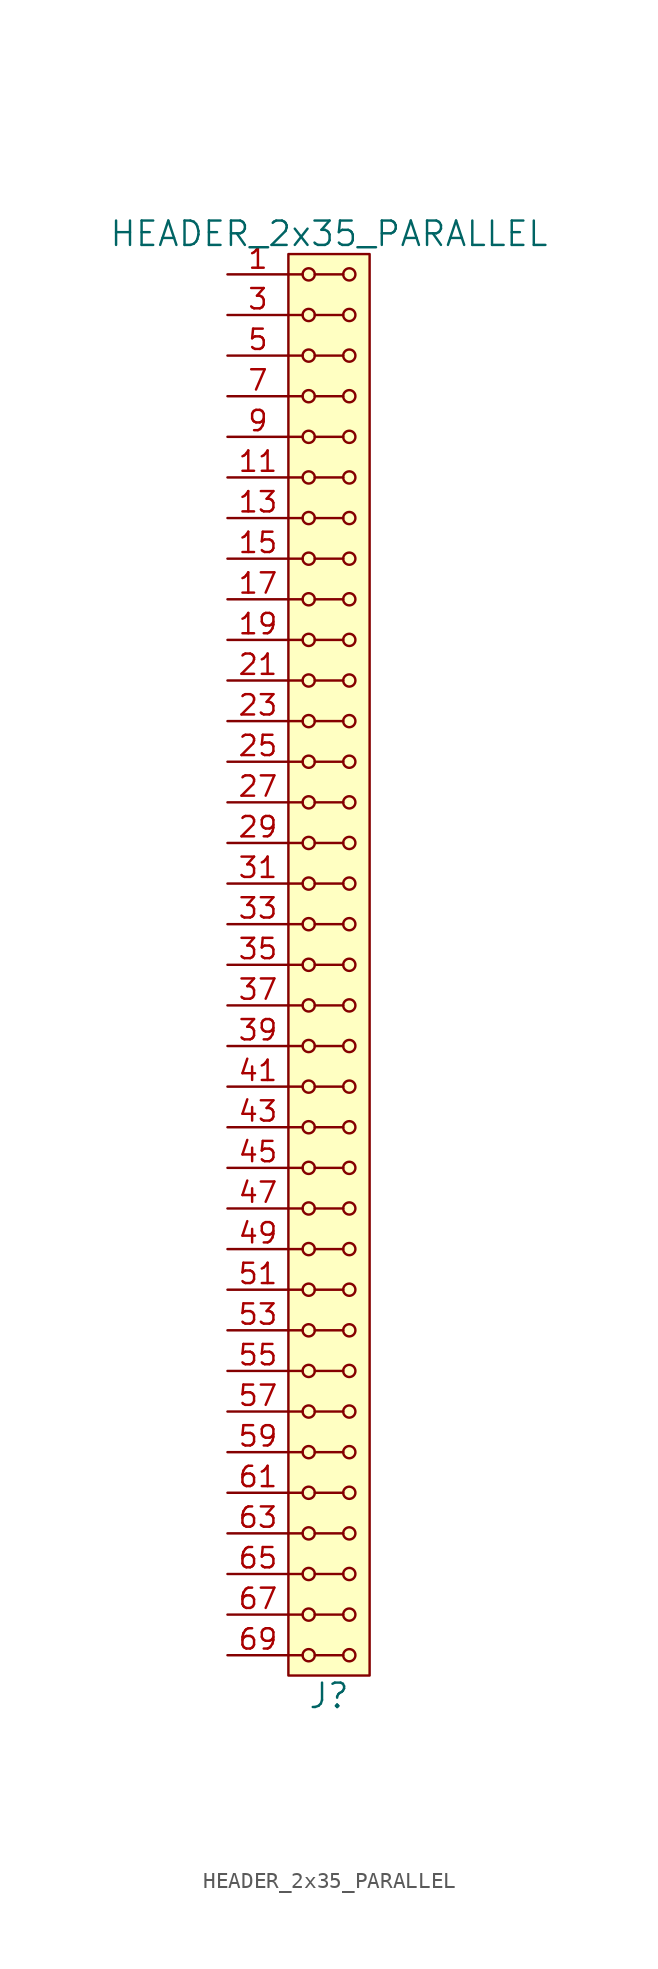
<source format=kicad_sym>
(kicad_symbol_lib
  (version 20211014)
  (generator kicad_symbol_editor)
  (symbol "HEADER_2x35_PARALLEL"
    (pin_names
      (offset 1.016))
    (property "Reference" "J"
      (at 0 -45.72 0)
      (effects (font (size 1.524 1.524))))
    (property "Value" "HEADER_2x35_PARALLEL"
      (at 0 45.72 0)
      (effects (font (size 1.524 1.524))))
    (property "Footprint" ""
      (at 0 43.18 0)
      (effects (font (size 1.524 1.524))))
    (property "Datasheet" ""
      (at 0 43.18 0)
      (effects (font (size 1.524 1.524))))
    (symbol "HEADER_2x35_PARALLEL_0_1"
      (rectangle (start -2.54 44.45) (end 2.54 -44.45) (stroke (width 0) (type default) (color 0 0 0 0)) (fill (type background)))
      (circle (center -1.27 -43.18) (radius 0.381) (stroke (width 0) (type default) (color 0 0 0 0)) (fill (type none)))
      (circle (center -1.27 -40.64) (radius 0.381) (stroke (width 0) (type default) (color 0 0 0 0)) (fill (type none)))
      (circle (center -1.27 -38.1) (radius 0.381) (stroke (width 0) (type default) (color 0 0 0 0)) (fill (type none)))
      (circle (center -1.27 -35.56) (radius 0.381) (stroke (width 0) (type default) (color 0 0 0 0)) (fill (type none)))
      (circle (center -1.27 -33.02) (radius 0.381) (stroke (width 0) (type default) (color 0 0 0 0)) (fill (type none)))
      (circle (center -1.27 -30.48) (radius 0.381) (stroke (width 0) (type default) (color 0 0 0 0)) (fill (type none)))
      (circle (center -1.27 -27.94) (radius 0.381) (stroke (width 0) (type default) (color 0 0 0 0)) (fill (type none)))
      (circle (center -1.27 -25.4) (radius 0.381) (stroke (width 0) (type default) (color 0 0 0 0)) (fill (type none)))
      (circle (center -1.27 -22.86) (radius 0.381) (stroke (width 0) (type default) (color 0 0 0 0)) (fill (type none)))
      (circle (center -1.27 -20.32) (radius 0.381) (stroke (width 0) (type default) (color 0 0 0 0)) (fill (type none)))
      (circle (center -1.27 -17.78) (radius 0.381) (stroke (width 0) (type default) (color 0 0 0 0)) (fill (type none)))
      (circle (center -1.27 -15.24) (radius 0.381) (stroke (width 0) (type default) (color 0 0 0 0)) (fill (type none)))
      (circle (center -1.27 -12.7) (radius 0.381) (stroke (width 0) (type default) (color 0 0 0 0)) (fill (type none)))
      (circle (center -1.27 -10.16) (radius 0.381) (stroke (width 0) (type default) (color 0 0 0 0)) (fill (type none)))
      (circle (center -1.27 -7.62) (radius 0.381) (stroke (width 0) (type default) (color 0 0 0 0)) (fill (type none)))
      (circle (center -1.27 -5.08) (radius 0.381) (stroke (width 0) (type default) (color 0 0 0 0)) (fill (type none)))
      (circle (center -1.27 -2.54) (radius 0.381) (stroke (width 0) (type default) (color 0 0 0 0)) (fill (type none)))
      (circle (center -1.27 0) (radius 0.381) (stroke (width 0) (type default) (color 0 0 0 0)) (fill (type none)))
      (circle (center -1.27 2.54) (radius 0.381) (stroke (width 0) (type default) (color 0 0 0 0)) (fill (type none)))
      (circle (center -1.27 5.08) (radius 0.381) (stroke (width 0) (type default) (color 0 0 0 0)) (fill (type none)))
      (circle (center -1.27 7.62) (radius 0.381) (stroke (width 0) (type default) (color 0 0 0 0)) (fill (type none)))
      (circle (center -1.27 10.16) (radius 0.381) (stroke (width 0) (type default) (color 0 0 0 0)) (fill (type none)))
      (circle (center -1.27 12.7) (radius 0.381) (stroke (width 0) (type default) (color 0 0 0 0)) (fill (type none)))
      (circle (center -1.27 15.24) (radius 0.381) (stroke (width 0) (type default) (color 0 0 0 0)) (fill (type none)))
      (circle (center -1.27 17.78) (radius 0.381) (stroke (width 0) (type default) (color 0 0 0 0)) (fill (type none)))
      (circle (center -1.27 20.32) (radius 0.381) (stroke (width 0) (type default) (color 0 0 0 0)) (fill (type none)))
      (circle (center -1.27 22.86) (radius 0.381) (stroke (width 0) (type default) (color 0 0 0 0)) (fill (type none)))
      (circle (center -1.27 25.4) (radius 0.381) (stroke (width 0) (type default) (color 0 0 0 0)) (fill (type none)))
      (circle (center -1.27 27.94) (radius 0.381) (stroke (width 0) (type default) (color 0 0 0 0)) (fill (type none)))
      (circle (center -1.27 30.48) (radius 0.381) (stroke (width 0) (type default) (color 0 0 0 0)) (fill (type none)))
      (circle (center -1.27 33.02) (radius 0.381) (stroke (width 0) (type default) (color 0 0 0 0)) (fill (type none)))
      (circle (center -1.27 35.56) (radius 0.381) (stroke (width 0) (type default) (color 0 0 0 0)) (fill (type none)))
      (circle (center -1.27 38.1) (radius 0.381) (stroke (width 0) (type default) (color 0 0 0 0)) (fill (type none)))
      (circle (center -1.27 40.64) (radius 0.381) (stroke (width 0) (type default) (color 0 0 0 0)) (fill (type none)))
      (circle (center -1.27 43.18) (radius 0.381) (stroke (width 0) (type default) (color 0 0 0 0)) (fill (type none)))
      (polyline (pts (xy -1.651 -43.18) (xy -2.54 -43.18)) (stroke (width 0) (type default) (color 0 0 0 0)) (fill (type none)))
      (polyline (pts (xy -1.651 -40.64) (xy -2.54 -40.64)) (stroke (width 0) (type default) (color 0 0 0 0)) (fill (type none)))
      (polyline (pts (xy -1.651 -38.1) (xy -2.54 -38.1)) (stroke (width 0) (type default) (color 0 0 0 0)) (fill (type none)))
      (polyline (pts (xy -1.651 -35.56) (xy -2.54 -35.56)) (stroke (width 0) (type default) (color 0 0 0 0)) (fill (type none)))
      (polyline (pts (xy -1.651 -33.02) (xy -2.54 -33.02)) (stroke (width 0) (type default) (color 0 0 0 0)) (fill (type none)))
      (polyline (pts (xy -1.651 -30.48) (xy -2.54 -30.48)) (stroke (width 0) (type default) (color 0 0 0 0)) (fill (type none)))
      (polyline (pts (xy -1.651 -27.94) (xy -2.54 -27.94)) (stroke (width 0) (type default) (color 0 0 0 0)) (fill (type none)))
      (polyline (pts (xy -1.651 -25.4) (xy -2.54 -25.4)) (stroke (width 0) (type default) (color 0 0 0 0)) (fill (type none)))
      (polyline (pts (xy -1.651 -22.86) (xy -2.54 -22.86)) (stroke (width 0) (type default) (color 0 0 0 0)) (fill (type none)))
      (polyline (pts (xy -1.651 -20.32) (xy -2.54 -20.32)) (stroke (width 0) (type default) (color 0 0 0 0)) (fill (type none)))
      (polyline (pts (xy -1.651 -17.78) (xy -2.54 -17.78)) (stroke (width 0) (type default) (color 0 0 0 0)) (fill (type none)))
      (polyline (pts (xy -1.651 -15.24) (xy -2.54 -15.24)) (stroke (width 0) (type default) (color 0 0 0 0)) (fill (type none)))
      (polyline (pts (xy -1.651 -12.7) (xy -2.54 -12.7)) (stroke (width 0) (type default) (color 0 0 0 0)) (fill (type none)))
      (polyline (pts (xy -1.651 -10.16) (xy -2.54 -10.16)) (stroke (width 0) (type default) (color 0 0 0 0)) (fill (type none)))
      (polyline (pts (xy -1.651 -7.62) (xy -2.54 -7.62)) (stroke (width 0) (type default) (color 0 0 0 0)) (fill (type none)))
      (polyline (pts (xy -1.651 -5.08) (xy -2.54 -5.08)) (stroke (width 0) (type default) (color 0 0 0 0)) (fill (type none)))
      (polyline (pts (xy -1.651 -2.54) (xy -2.54 -2.54)) (stroke (width 0) (type default) (color 0 0 0 0)) (fill (type none)))
      (polyline (pts (xy -1.651 0) (xy -2.54 0)) (stroke (width 0) (type default) (color 0 0 0 0)) (fill (type none)))
      (polyline (pts (xy -1.651 2.54) (xy -2.54 2.54)) (stroke (width 0) (type default) (color 0 0 0 0)) (fill (type none)))
      (polyline (pts (xy -1.651 5.08) (xy -2.54 5.08)) (stroke (width 0) (type default) (color 0 0 0 0)) (fill (type none)))
      (polyline (pts (xy -1.651 7.62) (xy -2.54 7.62)) (stroke (width 0) (type default) (color 0 0 0 0)) (fill (type none)))
      (polyline (pts (xy -1.651 10.16) (xy -2.54 10.16)) (stroke (width 0) (type default) (color 0 0 0 0)) (fill (type none)))
      (polyline (pts (xy -1.651 12.7) (xy -2.54 12.7)) (stroke (width 0) (type default) (color 0 0 0 0)) (fill (type none)))
      (polyline (pts (xy -1.651 15.24) (xy -2.54 15.24)) (stroke (width 0) (type default) (color 0 0 0 0)) (fill (type none)))
      (polyline (pts (xy -1.651 17.78) (xy -2.54 17.78)) (stroke (width 0) (type default) (color 0 0 0 0)) (fill (type none)))
      (polyline (pts (xy -1.651 20.32) (xy -2.54 20.32)) (stroke (width 0) (type default) (color 0 0 0 0)) (fill (type none)))
      (polyline (pts (xy -1.651 22.86) (xy -2.54 22.86)) (stroke (width 0) (type default) (color 0 0 0 0)) (fill (type none)))
      (polyline (pts (xy -1.651 25.4) (xy -2.54 25.4)) (stroke (width 0) (type default) (color 0 0 0 0)) (fill (type none)))
      (polyline (pts (xy -1.651 27.94) (xy -2.54 27.94)) (stroke (width 0) (type default) (color 0 0 0 0)) (fill (type none)))
      (polyline (pts (xy -1.651 30.48) (xy -2.54 30.48)) (stroke (width 0) (type default) (color 0 0 0 0)) (fill (type none)))
      (polyline (pts (xy -1.651 33.02) (xy -2.54 33.02)) (stroke (width 0) (type default) (color 0 0 0 0)) (fill (type none)))
      (polyline (pts (xy -1.651 35.56) (xy -2.54 35.56)) (stroke (width 0) (type default) (color 0 0 0 0)) (fill (type none)))
      (polyline (pts (xy -1.651 38.1) (xy -2.54 38.1)) (stroke (width 0) (type default) (color 0 0 0 0)) (fill (type none)))
      (polyline (pts (xy -1.651 40.64) (xy -2.54 40.64)) (stroke (width 0) (type default) (color 0 0 0 0)) (fill (type none)))
      (polyline (pts (xy -1.651 43.18) (xy -2.54 43.18)) (stroke (width 0) (type default) (color 0 0 0 0)) (fill (type none)))
      (polyline (pts (xy -0.889 -43.18) (xy 0.889 -43.18)) (stroke (width 0) (type default) (color 0 0 0 0)) (fill (type none)))
      (polyline (pts (xy -0.889 -40.64) (xy 0.889 -40.64)) (stroke (width 0) (type default) (color 0 0 0 0)) (fill (type none)))
      (polyline (pts (xy -0.889 -38.1) (xy 0.889 -38.1)) (stroke (width 0) (type default) (color 0 0 0 0)) (fill (type none)))
      (polyline (pts (xy -0.889 -35.56) (xy 0.889 -35.56)) (stroke (width 0) (type default) (color 0 0 0 0)) (fill (type none)))
      (polyline (pts (xy -0.889 -33.02) (xy 0.889 -33.02)) (stroke (width 0) (type default) (color 0 0 0 0)) (fill (type none)))
      (polyline (pts (xy -0.889 -30.48) (xy 0.889 -30.48)) (stroke (width 0) (type default) (color 0 0 0 0)) (fill (type none)))
      (polyline (pts (xy -0.889 -27.94) (xy 0.889 -27.94)) (stroke (width 0) (type default) (color 0 0 0 0)) (fill (type none)))
      (polyline (pts (xy -0.889 -25.4) (xy 0.889 -25.4)) (stroke (width 0) (type default) (color 0 0 0 0)) (fill (type none)))
      (polyline (pts (xy -0.889 -22.86) (xy 0.889 -22.86)) (stroke (width 0) (type default) (color 0 0 0 0)) (fill (type none)))
      (polyline (pts (xy -0.889 -20.32) (xy 0.889 -20.32)) (stroke (width 0) (type default) (color 0 0 0 0)) (fill (type none)))
      (polyline (pts (xy -0.889 -17.78) (xy 0.889 -17.78)) (stroke (width 0) (type default) (color 0 0 0 0)) (fill (type none)))
      (polyline (pts (xy -0.889 -15.24) (xy 0.889 -15.24)) (stroke (width 0) (type default) (color 0 0 0 0)) (fill (type none)))
      (polyline (pts (xy -0.889 -12.7) (xy 0.889 -12.7)) (stroke (width 0) (type default) (color 0 0 0 0)) (fill (type none)))
      (polyline (pts (xy -0.889 -10.16) (xy 0.889 -10.16)) (stroke (width 0) (type default) (color 0 0 0 0)) (fill (type none)))
      (polyline (pts (xy -0.889 -7.62) (xy 0.889 -7.62)) (stroke (width 0) (type default) (color 0 0 0 0)) (fill (type none)))
      (polyline (pts (xy -0.889 -5.08) (xy 0.889 -5.08)) (stroke (width 0) (type default) (color 0 0 0 0)) (fill (type none)))
      (polyline (pts (xy -0.889 -2.54) (xy 0.889 -2.54)) (stroke (width 0) (type default) (color 0 0 0 0)) (fill (type none)))
      (polyline (pts (xy -0.889 0) (xy 0.889 0)) (stroke (width 0) (type default) (color 0 0 0 0)) (fill (type none)))
      (polyline (pts (xy -0.889 2.54) (xy 0.889 2.54)) (stroke (width 0) (type default) (color 0 0 0 0)) (fill (type none)))
      (polyline (pts (xy -0.889 5.08) (xy 0.889 5.08)) (stroke (width 0) (type default) (color 0 0 0 0)) (fill (type none)))
      (polyline (pts (xy -0.889 7.62) (xy 0.889 7.62)) (stroke (width 0) (type default) (color 0 0 0 0)) (fill (type none)))
      (polyline (pts (xy -0.889 10.16) (xy 0.889 10.16)) (stroke (width 0) (type default) (color 0 0 0 0)) (fill (type none)))
      (polyline (pts (xy -0.889 12.7) (xy 0.889 12.7)) (stroke (width 0) (type default) (color 0 0 0 0)) (fill (type none)))
      (polyline (pts (xy -0.889 15.24) (xy 0.889 15.24)) (stroke (width 0) (type default) (color 0 0 0 0)) (fill (type none)))
      (polyline (pts (xy -0.889 17.78) (xy 0.889 17.78)) (stroke (width 0) (type default) (color 0 0 0 0)) (fill (type none)))
      (polyline (pts (xy -0.889 20.32) (xy 0.889 20.32)) (stroke (width 0) (type default) (color 0 0 0 0)) (fill (type none)))
      (polyline (pts (xy -0.889 22.86) (xy 0.889 22.86)) (stroke (width 0) (type default) (color 0 0 0 0)) (fill (type none)))
      (polyline (pts (xy -0.889 25.4) (xy 0.889 25.4)) (stroke (width 0) (type default) (color 0 0 0 0)) (fill (type none)))
      (polyline (pts (xy -0.889 27.94) (xy 0.889 27.94)) (stroke (width 0) (type default) (color 0 0 0 0)) (fill (type none)))
      (polyline (pts (xy -0.889 30.48) (xy 0.889 30.48)) (stroke (width 0) (type default) (color 0 0 0 0)) (fill (type none)))
      (polyline (pts (xy -0.889 33.02) (xy 0.889 33.02)) (stroke (width 0) (type default) (color 0 0 0 0)) (fill (type none)))
      (polyline (pts (xy -0.889 35.56) (xy 0.889 35.56)) (stroke (width 0) (type default) (color 0 0 0 0)) (fill (type none)))
      (polyline (pts (xy -0.889 38.1) (xy 0.889 38.1)) (stroke (width 0) (type default) (color 0 0 0 0)) (fill (type none)))
      (polyline (pts (xy -0.889 40.64) (xy 0.889 40.64)) (stroke (width 0) (type default) (color 0 0 0 0)) (fill (type none)))
      (polyline (pts (xy -0.889 43.18) (xy 0.889 43.18)) (stroke (width 0) (type default) (color 0 0 0 0)) (fill (type none)))
      (circle (center 1.27 -43.18) (radius 0.381) (stroke (width 0) (type default) (color 0 0 0 0)) (fill (type none)))
      (circle (center 1.27 -40.64) (radius 0.381) (stroke (width 0) (type default) (color 0 0 0 0)) (fill (type none)))
      (circle (center 1.27 -38.1) (radius 0.381) (stroke (width 0) (type default) (color 0 0 0 0)) (fill (type none)))
      (circle (center 1.27 -35.56) (radius 0.381) (stroke (width 0) (type default) (color 0 0 0 0)) (fill (type none)))
      (circle (center 1.27 -33.02) (radius 0.381) (stroke (width 0) (type default) (color 0 0 0 0)) (fill (type none)))
      (circle (center 1.27 -30.48) (radius 0.381) (stroke (width 0) (type default) (color 0 0 0 0)) (fill (type none)))
      (circle (center 1.27 -27.94) (radius 0.381) (stroke (width 0) (type default) (color 0 0 0 0)) (fill (type none)))
      (circle (center 1.27 -25.4) (radius 0.381) (stroke (width 0) (type default) (color 0 0 0 0)) (fill (type none)))
      (circle (center 1.27 -22.86) (radius 0.381) (stroke (width 0) (type default) (color 0 0 0 0)) (fill (type none)))
      (circle (center 1.27 -20.32) (radius 0.381) (stroke (width 0) (type default) (color 0 0 0 0)) (fill (type none)))
      (circle (center 1.27 -17.78) (radius 0.381) (stroke (width 0) (type default) (color 0 0 0 0)) (fill (type none)))
      (circle (center 1.27 -15.24) (radius 0.381) (stroke (width 0) (type default) (color 0 0 0 0)) (fill (type none)))
      (circle (center 1.27 -12.7) (radius 0.381) (stroke (width 0) (type default) (color 0 0 0 0)) (fill (type none)))
      (circle (center 1.27 -10.16) (radius 0.381) (stroke (width 0) (type default) (color 0 0 0 0)) (fill (type none)))
      (circle (center 1.27 -7.62) (radius 0.381) (stroke (width 0) (type default) (color 0 0 0 0)) (fill (type none)))
      (circle (center 1.27 -5.08) (radius 0.381) (stroke (width 0) (type default) (color 0 0 0 0)) (fill (type none)))
      (circle (center 1.27 -2.54) (radius 0.381) (stroke (width 0) (type default) (color 0 0 0 0)) (fill (type none)))
      (circle (center 1.27 0) (radius 0.381) (stroke (width 0) (type default) (color 0 0 0 0)) (fill (type none)))
      (circle (center 1.27 2.54) (radius 0.381) (stroke (width 0) (type default) (color 0 0 0 0)) (fill (type none)))
      (circle (center 1.27 5.08) (radius 0.381) (stroke (width 0) (type default) (color 0 0 0 0)) (fill (type none)))
      (circle (center 1.27 7.62) (radius 0.381) (stroke (width 0) (type default) (color 0 0 0 0)) (fill (type none)))
      (circle (center 1.27 10.16) (radius 0.381) (stroke (width 0) (type default) (color 0 0 0 0)) (fill (type none)))
      (circle (center 1.27 12.7) (radius 0.381) (stroke (width 0) (type default) (color 0 0 0 0)) (fill (type none)))
      (circle (center 1.27 15.24) (radius 0.381) (stroke (width 0) (type default) (color 0 0 0 0)) (fill (type none)))
      (circle (center 1.27 17.78) (radius 0.381) (stroke (width 0) (type default) (color 0 0 0 0)) (fill (type none)))
      (circle (center 1.27 20.32) (radius 0.381) (stroke (width 0) (type default) (color 0 0 0 0)) (fill (type none)))
      (circle (center 1.27 22.86) (radius 0.381) (stroke (width 0) (type default) (color 0 0 0 0)) (fill (type none)))
      (circle (center 1.27 25.4) (radius 0.381) (stroke (width 0) (type default) (color 0 0 0 0)) (fill (type none)))
      (circle (center 1.27 27.94) (radius 0.381) (stroke (width 0) (type default) (color 0 0 0 0)) (fill (type none)))
      (circle (center 1.27 30.48) (radius 0.381) (stroke (width 0) (type default) (color 0 0 0 0)) (fill (type none)))
      (circle (center 1.27 33.02) (radius 0.381) (stroke (width 0) (type default) (color 0 0 0 0)) (fill (type none)))
      (circle (center 1.27 35.56) (radius 0.381) (stroke (width 0) (type default) (color 0 0 0 0)) (fill (type none)))
      (circle (center 1.27 38.1) (radius 0.381) (stroke (width 0) (type default) (color 0 0 0 0)) (fill (type none)))
      (circle (center 1.27 40.64) (radius 0.381) (stroke (width 0) (type default) (color 0 0 0 0)) (fill (type none)))
      (circle (center 1.27 43.18) (radius 0.381) (stroke (width 0) (type default) (color 0 0 0 0)) (fill (type none))))
    (symbol "HEADER_2x35_PARALLEL_1_1"
      (pin input line (at -6.35 43.18 0) (length 3.81) (name "~" (effects (font (size 1.27 1.27)))) (number "1" (effects (font (size 1.27 1.27)))))
      (pin input line (at -6.35 33.02 0) (length 3.81) hide (name "~" (effects (font (size 1.27 1.27)))) (number "10" (effects (font (size 1.27 1.27)))))
      (pin input line (at -6.35 30.48 0) (length 3.81) (name "~" (effects (font (size 1.27 1.27)))) (number "11" (effects (font (size 1.27 1.27)))))
      (pin input line (at -6.35 30.48 0) (length 3.81) hide (name "~" (effects (font (size 1.27 1.27)))) (number "12" (effects (font (size 1.27 1.27)))))
      (pin input line (at -6.35 27.94 0) (length 3.81) (name "~" (effects (font (size 1.27 1.27)))) (number "13" (effects (font (size 1.27 1.27)))))
      (pin input line (at -6.35 27.94 0) (length 3.81) hide (name "~" (effects (font (size 1.27 1.27)))) (number "14" (effects (font (size 1.27 1.27)))))
      (pin input line (at -6.35 25.4 0) (length 3.81) (name "~" (effects (font (size 1.27 1.27)))) (number "15" (effects (font (size 1.27 1.27)))))
      (pin input line (at -6.35 25.4 0) (length 3.81) hide (name "~" (effects (font (size 1.27 1.27)))) (number "16" (effects (font (size 1.27 1.27)))))
      (pin input line (at -6.35 22.86 0) (length 3.81) (name "~" (effects (font (size 1.27 1.27)))) (number "17" (effects (font (size 1.27 1.27)))))
      (pin input line (at -6.35 22.86 0) (length 3.81) hide (name "~" (effects (font (size 1.27 1.27)))) (number "18" (effects (font (size 1.27 1.27)))))
      (pin input line (at -6.35 20.32 0) (length 3.81) (name "~" (effects (font (size 1.27 1.27)))) (number "19" (effects (font (size 1.27 1.27)))))
      (pin input line (at -6.35 43.18 0) (length 3.81) hide (name "~" (effects (font (size 1.27 1.27)))) (number "2" (effects (font (size 1.27 1.27)))))
      (pin input line (at -6.35 20.32 0) (length 3.81) hide (name "~" (effects (font (size 1.27 1.27)))) (number "20" (effects (font (size 1.27 1.27)))))
      (pin input line (at -6.35 17.78 0) (length 3.81) (name "~" (effects (font (size 1.27 1.27)))) (number "21" (effects (font (size 1.27 1.27)))))
      (pin input line (at -6.35 17.78 0) (length 3.81) hide (name "~" (effects (font (size 1.27 1.27)))) (number "22" (effects (font (size 1.27 1.27)))))
      (pin input line (at -6.35 15.24 0) (length 3.81) (name "~" (effects (font (size 1.27 1.27)))) (number "23" (effects (font (size 1.27 1.27)))))
      (pin input line (at -6.35 15.24 0) (length 3.81) hide (name "~" (effects (font (size 1.27 1.27)))) (number "24" (effects (font (size 1.27 1.27)))))
      (pin input line (at -6.35 12.7 0) (length 3.81) (name "~" (effects (font (size 1.27 1.27)))) (number "25" (effects (font (size 1.27 1.27)))))
      (pin input line (at -6.35 12.7 0) (length 3.81) hide (name "~" (effects (font (size 1.27 1.27)))) (number "26" (effects (font (size 1.27 1.27)))))
      (pin input line (at -6.35 10.16 0) (length 3.81) (name "~" (effects (font (size 1.27 1.27)))) (number "27" (effects (font (size 1.27 1.27)))))
      (pin input line (at -6.35 10.16 0) (length 3.81) hide (name "~" (effects (font (size 1.27 1.27)))) (number "28" (effects (font (size 1.27 1.27)))))
      (pin input line (at -6.35 7.62 0) (length 3.81) (name "~" (effects (font (size 1.27 1.27)))) (number "29" (effects (font (size 1.27 1.27)))))
      (pin input line (at -6.35 40.64 0) (length 3.81) (name "~" (effects (font (size 1.27 1.27)))) (number "3" (effects (font (size 1.27 1.27)))))
      (pin input line (at -6.35 7.62 0) (length 3.81) hide (name "~" (effects (font (size 1.27 1.27)))) (number "30" (effects (font (size 1.27 1.27)))))
      (pin input line (at -6.35 5.08 0) (length 3.81) (name "~" (effects (font (size 1.27 1.27)))) (number "31" (effects (font (size 1.27 1.27)))))
      (pin input line (at -6.35 5.08 0) (length 3.81) hide (name "~" (effects (font (size 1.27 1.27)))) (number "32" (effects (font (size 1.27 1.27)))))
      (pin input line (at -6.35 2.54 0) (length 3.81) (name "~" (effects (font (size 1.27 1.27)))) (number "33" (effects (font (size 1.27 1.27)))))
      (pin input line (at -6.35 2.54 0) (length 3.81) hide (name "~" (effects (font (size 1.27 1.27)))) (number "34" (effects (font (size 1.27 1.27)))))
      (pin input line (at -6.35 0 0) (length 3.81) (name "~" (effects (font (size 1.27 1.27)))) (number "35" (effects (font (size 1.27 1.27)))))
      (pin input line (at -6.35 0 0) (length 3.81) hide (name "~" (effects (font (size 1.27 1.27)))) (number "36" (effects (font (size 1.27 1.27)))))
      (pin input line (at -6.35 -2.54 0) (length 3.81) (name "~" (effects (font (size 1.27 1.27)))) (number "37" (effects (font (size 1.27 1.27)))))
      (pin input line (at -6.35 -2.54 0) (length 3.81) hide (name "~" (effects (font (size 1.27 1.27)))) (number "38" (effects (font (size 1.27 1.27)))))
      (pin input line (at -6.35 -5.08 0) (length 3.81) (name "~" (effects (font (size 1.27 1.27)))) (number "39" (effects (font (size 1.27 1.27)))))
      (pin input line (at -6.35 40.64 0) (length 3.81) hide (name "~" (effects (font (size 1.27 1.27)))) (number "4" (effects (font (size 1.27 1.27)))))
      (pin input line (at -6.35 -5.08 0) (length 3.81) hide (name "~" (effects (font (size 1.27 1.27)))) (number "40" (effects (font (size 1.27 1.27)))))
      (pin input line (at -6.35 -7.62 0) (length 3.81) (name "~" (effects (font (size 1.27 1.27)))) (number "41" (effects (font (size 1.27 1.27)))))
      (pin input line (at -6.35 -7.62 0) (length 3.81) hide (name "~" (effects (font (size 1.27 1.27)))) (number "42" (effects (font (size 1.27 1.27)))))
      (pin input line (at -6.35 -10.16 0) (length 3.81) (name "~" (effects (font (size 1.27 1.27)))) (number "43" (effects (font (size 1.27 1.27)))))
      (pin input line (at -6.35 -10.16 0) (length 3.81) hide (name "~" (effects (font (size 1.27 1.27)))) (number "44" (effects (font (size 1.27 1.27)))))
      (pin input line (at -6.35 -12.7 0) (length 3.81) (name "~" (effects (font (size 1.27 1.27)))) (number "45" (effects (font (size 1.27 1.27)))))
      (pin input line (at -6.35 -12.7 0) (length 3.81) hide (name "~" (effects (font (size 1.27 1.27)))) (number "46" (effects (font (size 1.27 1.27)))))
      (pin input line (at -6.35 -15.24 0) (length 3.81) (name "~" (effects (font (size 1.27 1.27)))) (number "47" (effects (font (size 1.27 1.27)))))
      (pin input line (at -6.35 -15.24 0) (length 3.81) hide (name "~" (effects (font (size 1.27 1.27)))) (number "48" (effects (font (size 1.27 1.27)))))
      (pin input line (at -6.35 -17.78 0) (length 3.81) (name "~" (effects (font (size 1.27 1.27)))) (number "49" (effects (font (size 1.27 1.27)))))
      (pin input line (at -6.35 38.1 0) (length 3.81) (name "~" (effects (font (size 1.27 1.27)))) (number "5" (effects (font (size 1.27 1.27)))))
      (pin input line (at -6.35 -17.78 0) (length 3.81) hide (name "~" (effects (font (size 1.27 1.27)))) (number "50" (effects (font (size 1.27 1.27)))))
      (pin input line (at -6.35 -20.32 0) (length 3.81) (name "~" (effects (font (size 1.27 1.27)))) (number "51" (effects (font (size 1.27 1.27)))))
      (pin input line (at -6.35 -20.32 0) (length 3.81) hide (name "~" (effects (font (size 1.27 1.27)))) (number "52" (effects (font (size 1.27 1.27)))))
      (pin input line (at -6.35 -22.86 0) (length 3.81) (name "~" (effects (font (size 1.27 1.27)))) (number "53" (effects (font (size 1.27 1.27)))))
      (pin input line (at -6.35 -22.86 0) (length 3.81) hide (name "~" (effects (font (size 1.27 1.27)))) (number "54" (effects (font (size 1.27 1.27)))))
      (pin input line (at -6.35 -25.4 0) (length 3.81) (name "~" (effects (font (size 1.27 1.27)))) (number "55" (effects (font (size 1.27 1.27)))))
      (pin input line (at -6.35 -25.4 0) (length 3.81) hide (name "~" (effects (font (size 1.27 1.27)))) (number "56" (effects (font (size 1.27 1.27)))))
      (pin input line (at -6.35 -27.94 0) (length 3.81) (name "~" (effects (font (size 1.27 1.27)))) (number "57" (effects (font (size 1.27 1.27)))))
      (pin input line (at -6.35 -27.94 0) (length 3.81) hide (name "~" (effects (font (size 1.27 1.27)))) (number "58" (effects (font (size 1.27 1.27)))))
      (pin input line (at -6.35 -30.48 0) (length 3.81) (name "~" (effects (font (size 1.27 1.27)))) (number "59" (effects (font (size 1.27 1.27)))))
      (pin input line (at -6.35 38.1 0) (length 3.81) hide (name "~" (effects (font (size 1.27 1.27)))) (number "6" (effects (font (size 1.27 1.27)))))
      (pin input line (at -6.35 -30.48 0) (length 3.81) hide (name "~" (effects (font (size 1.27 1.27)))) (number "60" (effects (font (size 1.27 1.27)))))
      (pin input line (at -6.35 -33.02 0) (length 3.81) (name "~" (effects (font (size 1.27 1.27)))) (number "61" (effects (font (size 1.27 1.27)))))
      (pin input line (at -6.35 -33.02 0) (length 3.81) hide (name "~" (effects (font (size 1.27 1.27)))) (number "62" (effects (font (size 1.27 1.27)))))
      (pin input line (at -6.35 -35.56 0) (length 3.81) (name "~" (effects (font (size 1.27 1.27)))) (number "63" (effects (font (size 1.27 1.27)))))
      (pin input line (at -6.35 -35.56 0) (length 3.81) hide (name "~" (effects (font (size 1.27 1.27)))) (number "64" (effects (font (size 1.27 1.27)))))
      (pin input line (at -6.35 -38.1 0) (length 3.81) (name "~" (effects (font (size 1.27 1.27)))) (number "65" (effects (font (size 1.27 1.27)))))
      (pin input line (at -6.35 -38.1 0) (length 3.81) hide (name "~" (effects (font (size 1.27 1.27)))) (number "66" (effects (font (size 1.27 1.27)))))
      (pin input line (at -6.35 -40.64 0) (length 3.81) (name "~" (effects (font (size 1.27 1.27)))) (number "67" (effects (font (size 1.27 1.27)))))
      (pin input line (at -6.35 -40.64 0) (length 3.81) hide (name "~" (effects (font (size 1.27 1.27)))) (number "68" (effects (font (size 1.27 1.27)))))
      (pin input line (at -6.35 -43.18 0) (length 3.81) (name "~" (effects (font (size 1.27 1.27)))) (number "69" (effects (font (size 1.27 1.27)))))
      (pin input line (at -6.35 35.56 0) (length 3.81) (name "~" (effects (font (size 1.27 1.27)))) (number "7" (effects (font (size 1.27 1.27)))))
      (pin input line (at -6.35 -43.18 0) (length 3.81) hide (name "~" (effects (font (size 1.27 1.27)))) (number "70" (effects (font (size 1.27 1.27)))))
      (pin input line (at -6.35 35.56 0) (length 3.81) hide (name "~" (effects (font (size 1.27 1.27)))) (number "8" (effects (font (size 1.27 1.27)))))
      (pin input line (at -6.35 33.02 0) (length 3.81) (name "~" (effects (font (size 1.27 1.27)))) (number "9" (effects (font (size 1.27 1.27))))))))
</source>
